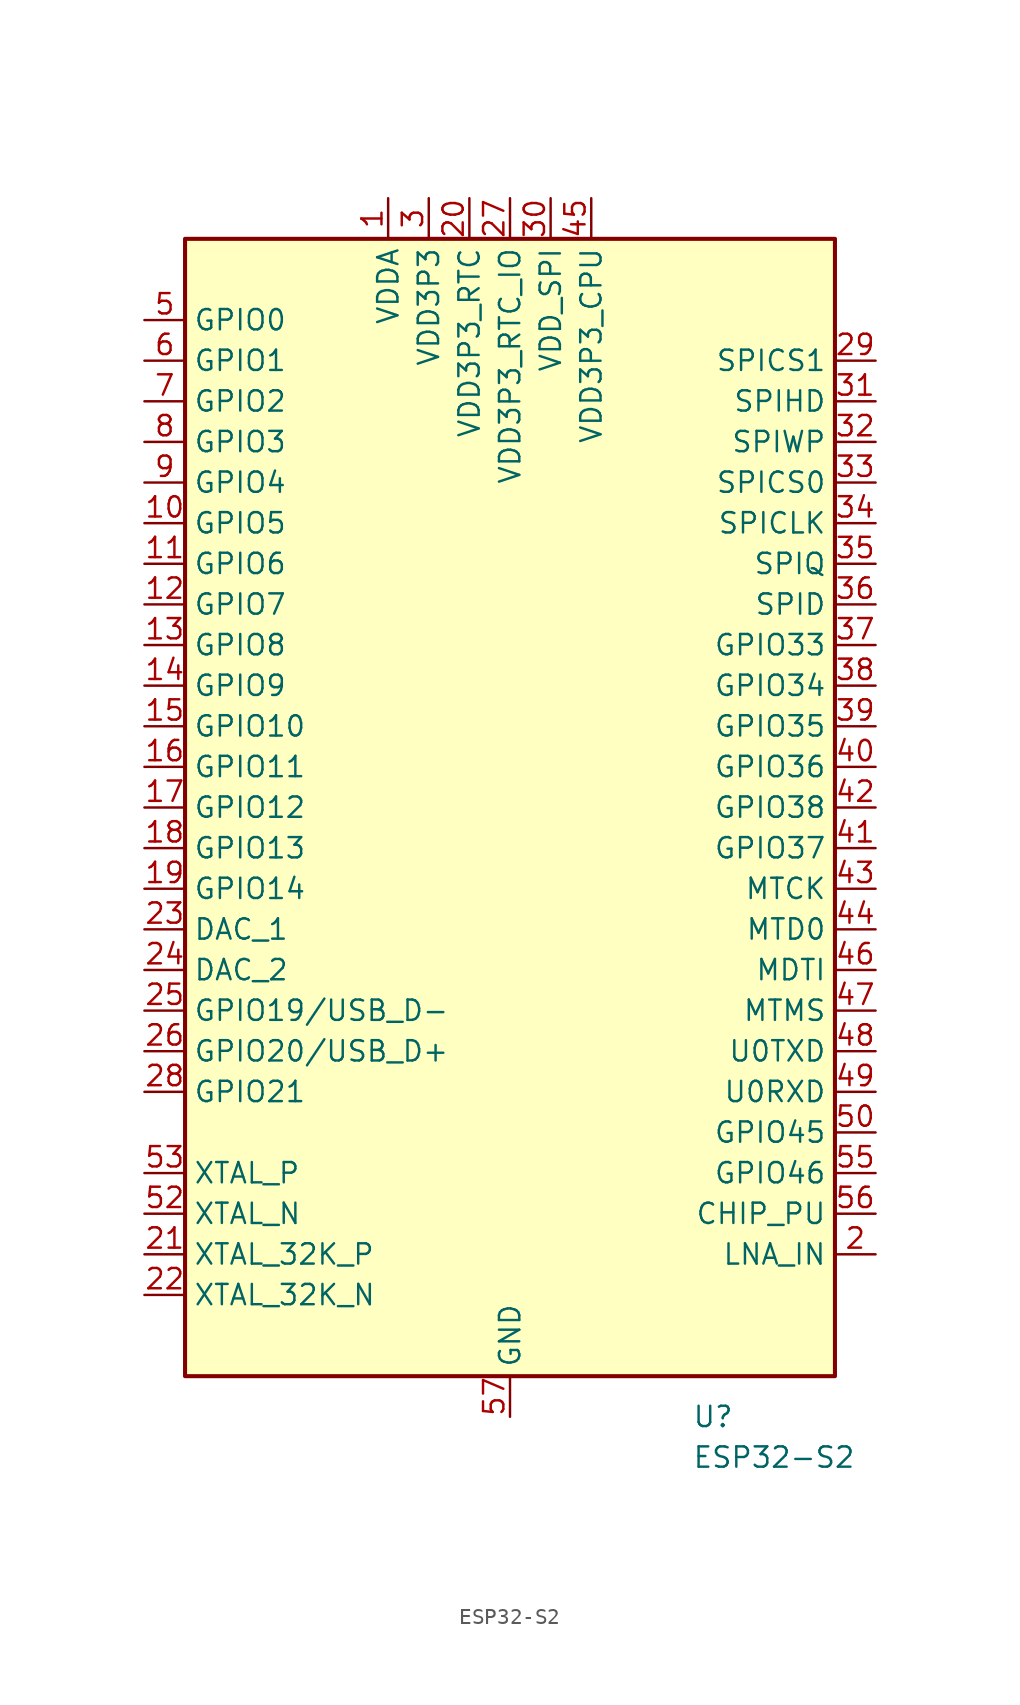
<source format=kicad_sym>
(kicad_symbol_lib
  (version 20241209)
  (generator "kicad_symbol_editor")
  (generator_version "9.0")
  (symbol "ESP32-S2"
    (property "Reference" "U"
      (at 12.7 -38.1 0)
      (effects (font (size 1.27 1.27))))
    (property "Value" "ESP32-S2"
      (at 16.51 -40.64 0)
      (effects (font (size 1.27 1.27))))
    (symbol "ESP32-S2_0_1"
      (rectangle (start -20.32 35.56) (end 20.32 -35.56) (stroke (width 0.254) (type default)) (fill (type background))))
    (symbol "ESP32-S2_1_1"
      (pin bidirectional line (at -22.86 30.48 0) (length 2.54) (name "GPIO0" (effects (font (size 1.27 1.27)))) (number "5" (effects (font (size 1.27 1.27)))))
      (pin bidirectional line (at -22.86 27.94 0) (length 2.54) (name "GPIO1" (effects (font (size 1.27 1.27)))) (number "6" (effects (font (size 1.27 1.27)))))
      (pin bidirectional line (at -22.86 25.4 0) (length 2.54) (name "GPIO2" (effects (font (size 1.27 1.27)))) (number "7" (effects (font (size 1.27 1.27)))))
      (pin bidirectional line (at -22.86 22.86 0) (length 2.54) (name "GPIO3" (effects (font (size 1.27 1.27)))) (number "8" (effects (font (size 1.27 1.27)))))
      (pin bidirectional line (at -22.86 20.32 0) (length 2.54) (name "GPIO4" (effects (font (size 1.27 1.27)))) (number "9" (effects (font (size 1.27 1.27)))))
      (pin bidirectional line (at -22.86 17.78 0) (length 2.54) (name "GPIO5" (effects (font (size 1.27 1.27)))) (number "10" (effects (font (size 1.27 1.27)))))
      (pin bidirectional line (at -22.86 15.24 0) (length 2.54) (name "GPIO6" (effects (font (size 1.27 1.27)))) (number "11" (effects (font (size 1.27 1.27)))))
      (pin bidirectional line (at -22.86 12.7 0) (length 2.54) (name "GPIO7" (effects (font (size 1.27 1.27)))) (number "12" (effects (font (size 1.27 1.27)))))
      (pin bidirectional line (at -22.86 10.16 0) (length 2.54) (name "GPIO8" (effects (font (size 1.27 1.27)))) (number "13" (effects (font (size 1.27 1.27)))))
      (pin bidirectional line (at -22.86 7.62 0) (length 2.54) (name "GPIO9" (effects (font (size 1.27 1.27)))) (number "14" (effects (font (size 1.27 1.27)))))
      (pin bidirectional line (at -22.86 5.08 0) (length 2.54) (name "GPIO10" (effects (font (size 1.27 1.27)))) (number "15" (effects (font (size 1.27 1.27)))))
      (pin bidirectional line (at -22.86 2.54 0) (length 2.54) (name "GPIO11" (effects (font (size 1.27 1.27)))) (number "16" (effects (font (size 1.27 1.27)))))
      (pin bidirectional line (at -22.86 0 0) (length 2.54) (name "GPIO12" (effects (font (size 1.27 1.27)))) (number "17" (effects (font (size 1.27 1.27)))))
      (pin bidirectional line (at -22.86 -2.54 0) (length 2.54) (name "GPIO13" (effects (font (size 1.27 1.27)))) (number "18" (effects (font (size 1.27 1.27)))))
      (pin bidirectional line (at -22.86 -5.08 0) (length 2.54) (name "GPIO14" (effects (font (size 1.27 1.27)))) (number "19" (effects (font (size 1.27 1.27)))))
      (pin bidirectional line (at -22.86 -7.62 0) (length 2.54) (name "DAC_1" (effects (font (size 1.27 1.27)))) (number "23" (effects (font (size 1.27 1.27)))))
      (pin bidirectional line (at -22.86 -10.16 0) (length 2.54) (name "DAC_2" (effects (font (size 1.27 1.27)))) (number "24" (effects (font (size 1.27 1.27)))))
      (pin bidirectional line (at -22.86 -12.7 0) (length 2.54) (name "GPIO19/USB_D-" (effects (font (size 1.27 1.27)))) (number "25" (effects (font (size 1.27 1.27)))))
      (pin bidirectional line (at -22.86 -15.24 0) (length 2.54) (name "GPIO20/USB_D+" (effects (font (size 1.27 1.27)))) (number "26" (effects (font (size 1.27 1.27)))))
      (pin bidirectional line (at -22.86 -17.78 0) (length 2.54) (name "GPIO21" (effects (font (size 1.27 1.27)))) (number "28" (effects (font (size 1.27 1.27)))))
      (pin input line (at -22.86 -22.86 0) (length 2.54) (name "XTAL_P" (effects (font (size 1.27 1.27)))) (number "53" (effects (font (size 1.27 1.27)))))
      (pin output line (at -22.86 -25.4 0) (length 2.54) (name "XTAL_N" (effects (font (size 1.27 1.27)))) (number "52" (effects (font (size 1.27 1.27)))))
      (pin passive line (at -22.86 -27.94 0) (length 2.54) (name "XTAL_32K_P" (effects (font (size 1.27 1.27)))) (number "21" (effects (font (size 1.27 1.27)))))
      (pin passive line (at -22.86 -30.48 0) (length 2.54) (name "XTAL_32K_N" (effects (font (size 1.27 1.27)))) (number "22" (effects (font (size 1.27 1.27)))))
      (pin power_in line (at -7.62 38.1 270) (length 2.54) (name "VDDA" (effects (font (size 1.27 1.27)))) (number "1" (effects (font (size 1.27 1.27)))))
      (pin passive line (at -7.62 38.1 270) (length 2.54) (hide yes) (name "VDDA" (effects (font (size 1.27 1.27)))) (number "51" (effects (font (size 1.27 1.27)))))
      (pin passive line (at -7.62 38.1 270) (length 2.54) (hide yes) (name "VDDA" (effects (font (size 1.27 1.27)))) (number "54" (effects (font (size 1.27 1.27)))))
      (pin power_in line (at -5.08 38.1 270) (length 2.54) (name "VDD3P3" (effects (font (size 1.27 1.27)))) (number "3" (effects (font (size 1.27 1.27)))))
      (pin passive line (at -5.08 38.1 270) (length 2.54) (hide yes) (name "VDD3P3" (effects (font (size 1.27 1.27)))) (number "4" (effects (font (size 1.27 1.27)))))
      (pin power_in line (at -2.54 38.1 270) (length 2.54) (name "VDD3P3_RTC" (effects (font (size 1.27 1.27)))) (number "20" (effects (font (size 1.27 1.27)))))
      (pin power_in line (at 0 38.1 270) (length 2.54) (name "VDD3P3_RTC_IO" (effects (font (size 1.27 1.27)))) (number "27" (effects (font (size 1.27 1.27)))))
      (pin power_in line (at 0 -38.1 90) (length 2.54) (name "GND" (effects (font (size 1.27 1.27)))) (number "57" (effects (font (size 1.27 1.27)))))
      (pin power_out line (at 2.54 38.1 270) (length 2.54) (name "VDD_SPI" (effects (font (size 1.27 1.27)))) (number "30" (effects (font (size 1.27 1.27)))))
      (pin power_in line (at 5.08 38.1 270) (length 2.54) (name "VDD3P3_CPU" (effects (font (size 1.27 1.27)))) (number "45" (effects (font (size 1.27 1.27)))))
      (pin bidirectional line (at 22.86 27.94 180) (length 2.54) (name "SPICS1" (effects (font (size 1.27 1.27)))) (number "29" (effects (font (size 1.27 1.27)))))
      (pin bidirectional line (at 22.86 25.4 180) (length 2.54) (name "SPIHD" (effects (font (size 1.27 1.27)))) (number "31" (effects (font (size 1.27 1.27)))))
      (pin bidirectional line (at 22.86 22.86 180) (length 2.54) (name "SPIWP" (effects (font (size 1.27 1.27)))) (number "32" (effects (font (size 1.27 1.27)))))
      (pin bidirectional line (at 22.86 20.32 180) (length 2.54) (name "SPICS0" (effects (font (size 1.27 1.27)))) (number "33" (effects (font (size 1.27 1.27)))))
      (pin bidirectional line (at 22.86 17.78 180) (length 2.54) (name "SPICLK" (effects (font (size 1.27 1.27)))) (number "34" (effects (font (size 1.27 1.27)))))
      (pin bidirectional line (at 22.86 15.24 180) (length 2.54) (name "SPIQ" (effects (font (size 1.27 1.27)))) (number "35" (effects (font (size 1.27 1.27)))))
      (pin bidirectional line (at 22.86 12.7 180) (length 2.54) (name "SPID" (effects (font (size 1.27 1.27)))) (number "36" (effects (font (size 1.27 1.27)))))
      (pin bidirectional line (at 22.86 10.16 180) (length 2.54) (name "GPIO33" (effects (font (size 1.27 1.27)))) (number "37" (effects (font (size 1.27 1.27)))))
      (pin bidirectional line (at 22.86 7.62 180) (length 2.54) (name "GPIO34" (effects (font (size 1.27 1.27)))) (number "38" (effects (font (size 1.27 1.27)))))
      (pin bidirectional line (at 22.86 5.08 180) (length 2.54) (name "GPIO35" (effects (font (size 1.27 1.27)))) (number "39" (effects (font (size 1.27 1.27)))))
      (pin bidirectional line (at 22.86 2.54 180) (length 2.54) (name "GPIO36" (effects (font (size 1.27 1.27)))) (number "40" (effects (font (size 1.27 1.27)))))
      (pin bidirectional line (at 22.86 0 180) (length 2.54) (name "GPIO38" (effects (font (size 1.27 1.27)))) (number "42" (effects (font (size 1.27 1.27)))))
      (pin bidirectional line (at 22.86 -2.54 180) (length 2.54) (name "GPIO37" (effects (font (size 1.27 1.27)))) (number "41" (effects (font (size 1.27 1.27)))))
      (pin bidirectional line (at 22.86 -5.08 180) (length 2.54) (name "MTCK" (effects (font (size 1.27 1.27)))) (number "43" (effects (font (size 1.27 1.27)))))
      (pin bidirectional line (at 22.86 -7.62 180) (length 2.54) (name "MTD0" (effects (font (size 1.27 1.27)))) (number "44" (effects (font (size 1.27 1.27)))))
      (pin bidirectional line (at 22.86 -10.16 180) (length 2.54) (name "MDTI" (effects (font (size 1.27 1.27)))) (number "46" (effects (font (size 1.27 1.27)))))
      (pin bidirectional line (at 22.86 -12.7 180) (length 2.54) (name "MTMS" (effects (font (size 1.27 1.27)))) (number "47" (effects (font (size 1.27 1.27)))))
      (pin bidirectional line (at 22.86 -15.24 180) (length 2.54) (name "U0TXD" (effects (font (size 1.27 1.27)))) (number "48" (effects (font (size 1.27 1.27)))))
      (pin bidirectional line (at 22.86 -17.78 180) (length 2.54) (name "U0RXD" (effects (font (size 1.27 1.27)))) (number "49" (effects (font (size 1.27 1.27)))))
      (pin bidirectional line (at 22.86 -20.32 180) (length 2.54) (name "GPIO45" (effects (font (size 1.27 1.27)))) (number "50" (effects (font (size 1.27 1.27)))))
      (pin input line (at 22.86 -22.86 180) (length 2.54) (name "GPIO46" (effects (font (size 1.27 1.27)))) (number "55" (effects (font (size 1.27 1.27)))))
      (pin input line (at 22.86 -25.4 180) (length 2.54) (name "CHIP_PU" (effects (font (size 1.27 1.27)))) (number "56" (effects (font (size 1.27 1.27)))))
      (pin bidirectional line (at 22.86 -27.94 180) (length 2.54) (name "LNA_IN" (effects (font (size 1.27 1.27)))) (number "2" (effects (font (size 1.27 1.27))))))))
</source>
